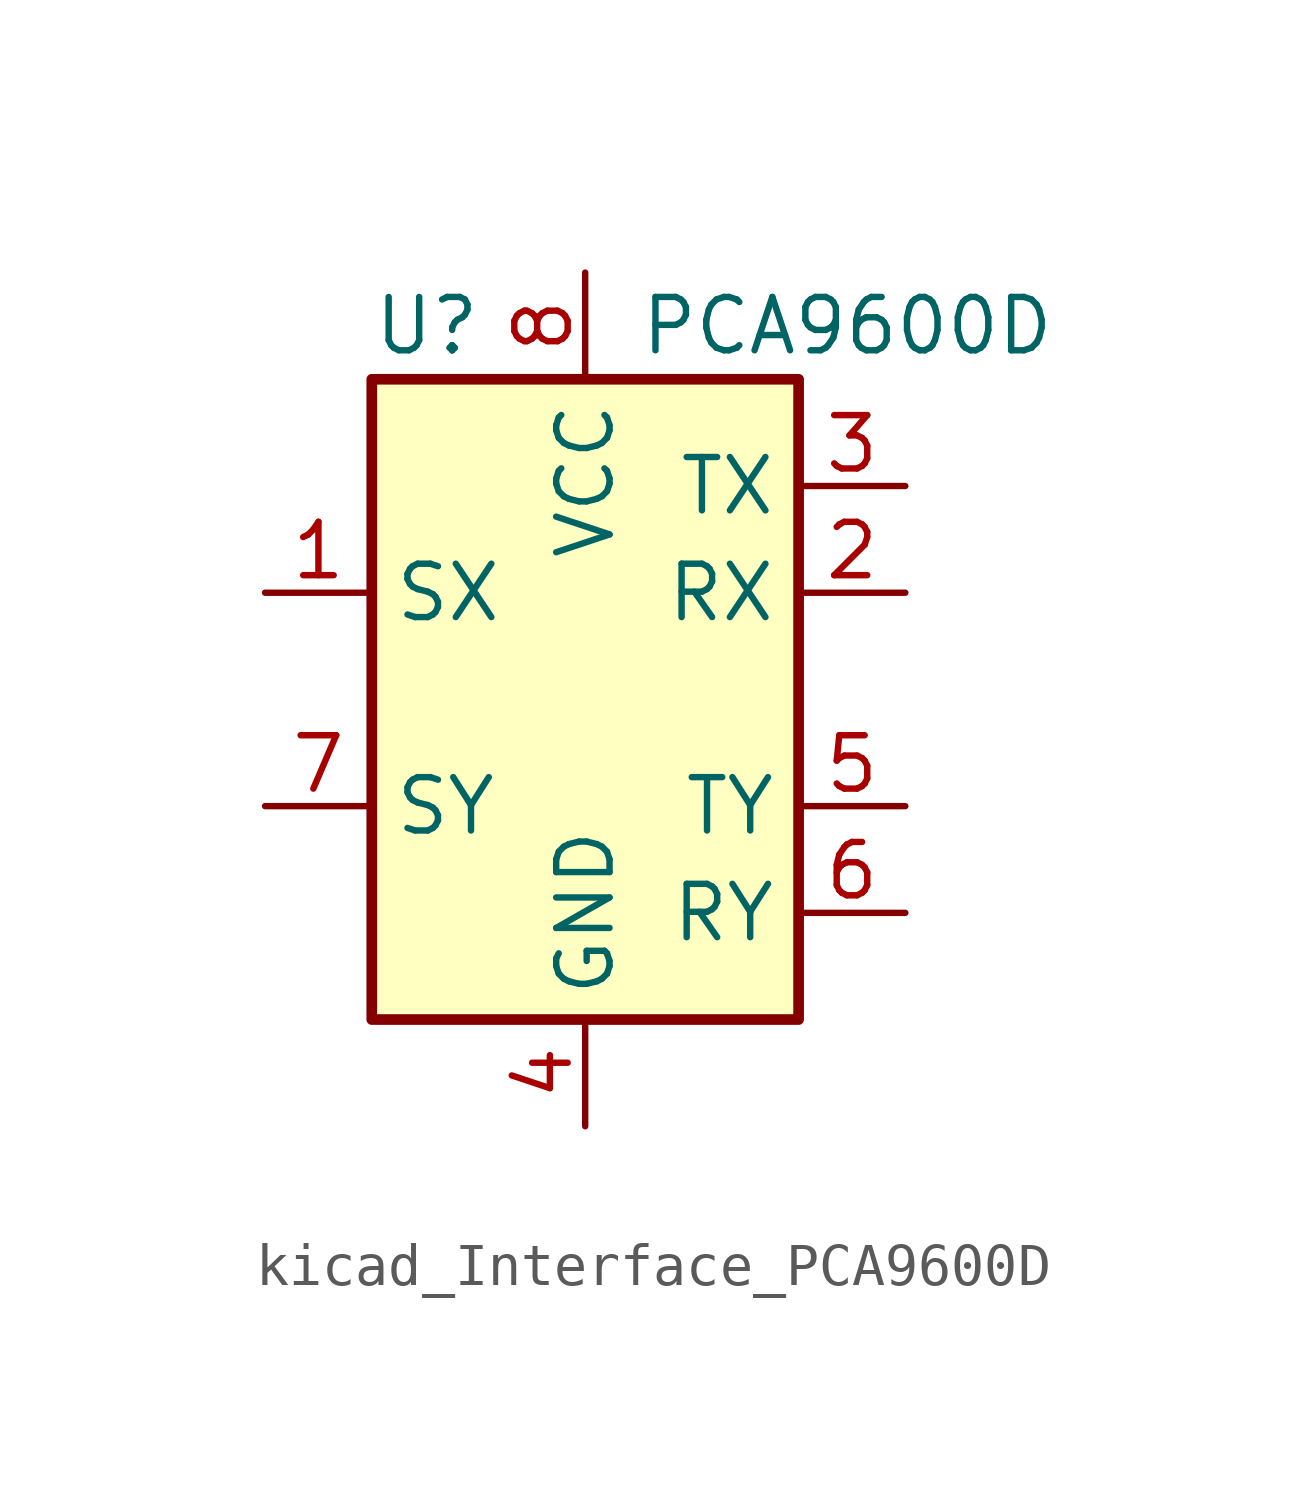
<source format=kicad_sym>
(kicad_symbol_lib
  (version 20220914)
  (generator kicad_symbol_editor)
  (symbol "kicad_Interface_PCA9600D"
    (property "Reference" "U"
      (at -5.08 8.89 0)
      (effects (font (size 1.27 1.27)) (justify left)))
    (property "Value" "PCA9600D"
      (at 1.27 8.89 0)
      (effects (font (size 1.27 1.27)) (justify left)))
    (symbol "kicad_Interface_PCA9600D_0_1"
      (rectangle (start -5.08 7.62) (end 5.08 -7.62) (stroke (width 0.254) (type default)) (fill (type background))))
    (symbol "kicad_Interface_PCA9600D_1_1"
      (pin bidirectional line (at -7.62 2.54 0) (length 2.54) (name "SX" (effects (font (size 1.27 1.27)))) (number "1" (effects (font (size 1.27 1.27)))))
      (pin input line (at 7.62 2.54 180) (length 2.54) (name "RX" (effects (font (size 1.27 1.27)))) (number "2" (effects (font (size 1.27 1.27)))))
      (pin open_collector line (at 7.62 5.08 180) (length 2.54) (name "TX" (effects (font (size 1.27 1.27)))) (number "3" (effects (font (size 1.27 1.27)))))
      (pin power_in line (at 0 -10.16 90) (length 2.54) (name "GND" (effects (font (size 1.27 1.27)))) (number "4" (effects (font (size 1.27 1.27)))))
      (pin open_collector line (at 7.62 -2.54 180) (length 2.54) (name "TY" (effects (font (size 1.27 1.27)))) (number "5" (effects (font (size 1.27 1.27)))))
      (pin input line (at 7.62 -5.08 180) (length 2.54) (name "RY" (effects (font (size 1.27 1.27)))) (number "6" (effects (font (size 1.27 1.27)))))
      (pin bidirectional line (at -7.62 -2.54 0) (length 2.54) (name "SY" (effects (font (size 1.27 1.27)))) (number "7" (effects (font (size 1.27 1.27)))))
      (pin power_in line (at 0 10.16 270) (length 2.54) (name "VCC" (effects (font (size 1.27 1.27)))) (number "8" (effects (font (size 1.27 1.27))))))))
</source>
